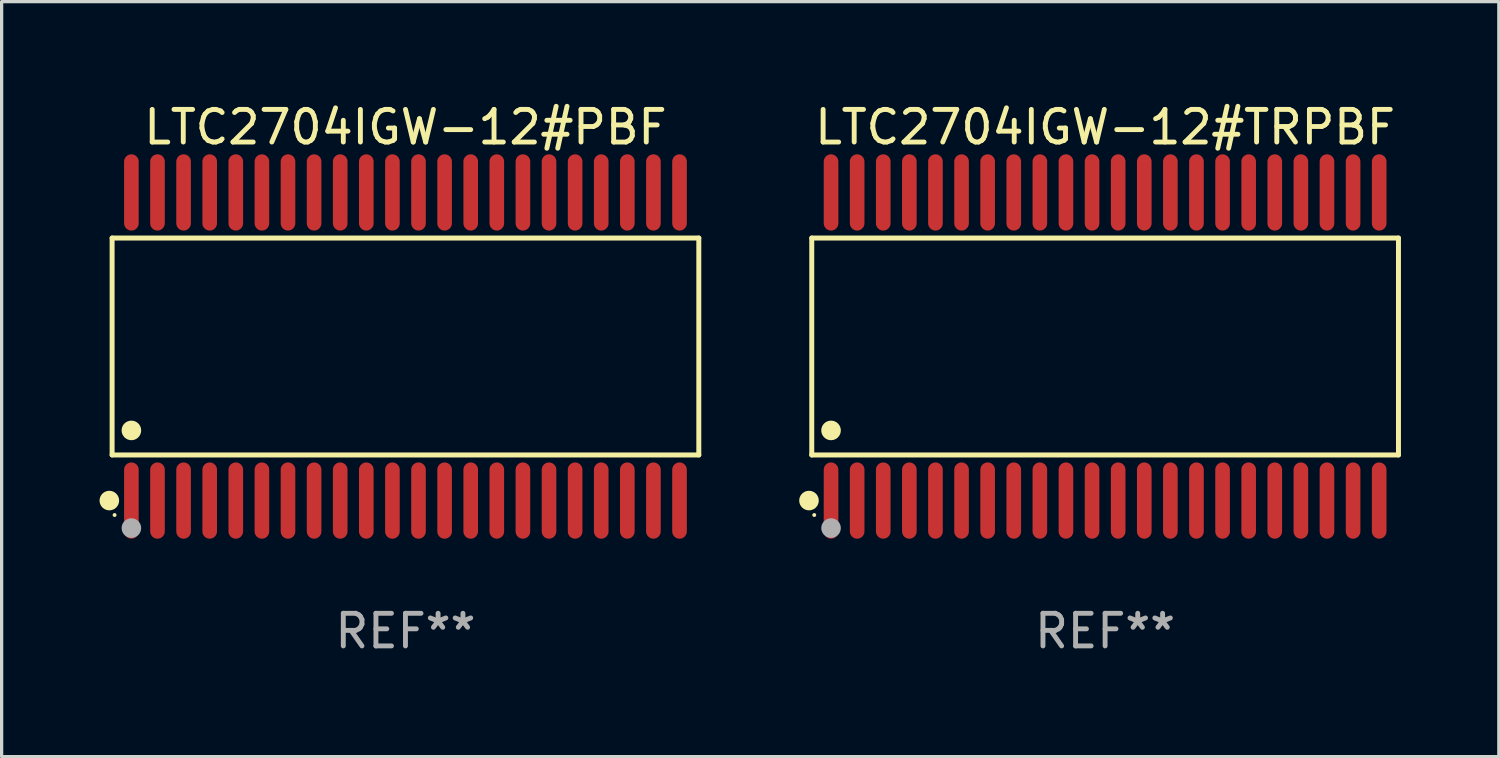
<source format=kicad_pcb>
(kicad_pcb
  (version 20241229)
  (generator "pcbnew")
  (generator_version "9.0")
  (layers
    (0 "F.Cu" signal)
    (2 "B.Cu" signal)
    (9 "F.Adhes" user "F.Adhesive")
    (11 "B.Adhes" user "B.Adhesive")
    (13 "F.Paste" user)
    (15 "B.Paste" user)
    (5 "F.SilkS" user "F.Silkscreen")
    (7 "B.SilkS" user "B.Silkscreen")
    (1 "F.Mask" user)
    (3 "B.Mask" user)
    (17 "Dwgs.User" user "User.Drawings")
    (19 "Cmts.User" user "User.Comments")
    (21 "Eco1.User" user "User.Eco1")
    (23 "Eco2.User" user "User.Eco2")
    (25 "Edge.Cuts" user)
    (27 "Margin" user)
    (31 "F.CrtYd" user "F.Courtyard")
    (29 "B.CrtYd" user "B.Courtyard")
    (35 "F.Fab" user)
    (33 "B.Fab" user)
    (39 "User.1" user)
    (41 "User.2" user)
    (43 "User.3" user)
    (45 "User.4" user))
  (footprint "LTC2704IGW-12#PBF"
    (layer "F.Cu")
    (at 9.377 7.57)
    (property "Reference" "LTC2704IGW-12#PBF" (at 0 -6.722 0) (layer "F.SilkS") (effects (font (size 1 1) (thickness 0.15))))
    (attr through_hole)
    (fp_line (start -8.991 -3.324) (end 8.991 -3.324) (stroke (width 0.152) (type solid)) (layer "F.SilkS"))
    (fp_line (start -8.991 3.324) (end -8.991 -3.324) (stroke (width 0.152) (type solid)) (layer "F.SilkS"))
    (fp_line (start 8.991 -3.324) (end 8.991 3.324) (stroke (width 0.152) (type solid)) (layer "F.SilkS"))
    (fp_line (start 8.991 3.324) (end -8.991 3.324) (stroke (width 0.152) (type solid)) (layer "F.SilkS"))
    (fp_circle (center -9.076 4.722) (end -8.926 4.722) (stroke (width 0.3) (type solid)) (fill no) (layer "F.SilkS"))
    (fp_circle (center -8.915 5.165) (end -8.885 5.165) (stroke (width 0.06) (type solid)) (fill no) (layer "F.SilkS"))
    (fp_circle (center -8.4 2.572) (end -8.25 2.572) (stroke (width 0.3) (type solid)) (fill no) (layer "F.SilkS"))
    (fp_circle (center -8.4 5.565) (end -8.25 5.565) (stroke (width 0.3) (type solid)) (fill no) (layer "F.Fab"))
    (fp_text user "REF**" (at 0 8.722 0) (layer "F.Fab") (effects (font (size 1 1) (thickness 0.15))))
    (pad "1" smd oval (at -8.4 4.722) (size 0.448 2.337) (layers "F.Cu" "F.Mask" "F.Paste"))
    (pad "2" smd oval (at -7.6 4.722) (size 0.448 2.337) (layers "F.Cu" "F.Mask" "F.Paste"))
    (pad "3" smd oval (at -6.8 4.722) (size 0.448 2.337) (layers "F.Cu" "F.Mask" "F.Paste"))
    (pad "4" smd oval (at -6 4.722) (size 0.448 2.337) (layers "F.Cu" "F.Mask" "F.Paste"))
    (pad "5" smd oval (at -5.2 4.722) (size 0.448 2.337) (layers "F.Cu" "F.Mask" "F.Paste"))
    (pad "6" smd oval (at -4.4 4.722) (size 0.448 2.337) (layers "F.Cu" "F.Mask" "F.Paste"))
    (pad "7" smd oval (at -3.6 4.722) (size 0.448 2.337) (layers "F.Cu" "F.Mask" "F.Paste"))
    (pad "8" smd oval (at -2.8 4.722) (size 0.448 2.337) (layers "F.Cu" "F.Mask" "F.Paste"))
    (pad "9" smd oval (at -2 4.722) (size 0.448 2.337) (layers "F.Cu" "F.Mask" "F.Paste"))
    (pad "10" smd oval (at -1.2 4.722) (size 0.448 2.337) (layers "F.Cu" "F.Mask" "F.Paste"))
    (pad "11" smd oval (at -0.4 4.722) (size 0.448 2.337) (layers "F.Cu" "F.Mask" "F.Paste"))
    (pad "12" smd oval (at 0.4 4.722) (size 0.448 2.337) (layers "F.Cu" "F.Mask" "F.Paste"))
    (pad "13" smd oval (at 1.2 4.722) (size 0.448 2.337) (layers "F.Cu" "F.Mask" "F.Paste"))
    (pad "14" smd oval (at 2 4.722) (size 0.448 2.337) (layers "F.Cu" "F.Mask" "F.Paste"))
    (pad "15" smd oval (at 2.8 4.722) (size 0.448 2.337) (layers "F.Cu" "F.Mask" "F.Paste"))
    (pad "16" smd oval (at 3.6 4.722) (size 0.448 2.337) (layers "F.Cu" "F.Mask" "F.Paste"))
    (pad "17" smd oval (at 4.4 4.722) (size 0.448 2.337) (layers "F.Cu" "F.Mask" "F.Paste"))
    (pad "18" smd oval (at 5.2 4.722) (size 0.448 2.337) (layers "F.Cu" "F.Mask" "F.Paste"))
    (pad "19" smd oval (at 6 4.722) (size 0.448 2.337) (layers "F.Cu" "F.Mask" "F.Paste"))
    (pad "20" smd oval (at 6.8 4.722) (size 0.448 2.337) (layers "F.Cu" "F.Mask" "F.Paste"))
    (pad "21" smd oval (at 7.6 4.722) (size 0.448 2.337) (layers "F.Cu" "F.Mask" "F.Paste"))
    (pad "22" smd oval (at 8.4 4.722) (size 0.448 2.337) (layers "F.Cu" "F.Mask" "F.Paste"))
    (pad "23" smd oval (at 8.4 -4.722) (size 0.448 2.337) (layers "F.Cu" "F.Mask" "F.Paste"))
    (pad "24" smd oval (at 7.6 -4.722) (size 0.448 2.337) (layers "F.Cu" "F.Mask" "F.Paste"))
    (pad "25" smd oval (at 6.8 -4.722) (size 0.448 2.337) (layers "F.Cu" "F.Mask" "F.Paste"))
    (pad "26" smd oval (at 6 -4.722) (size 0.448 2.337) (layers "F.Cu" "F.Mask" "F.Paste"))
    (pad "27" smd oval (at 5.2 -4.722) (size 0.448 2.337) (layers "F.Cu" "F.Mask" "F.Paste"))
    (pad "28" smd oval (at 4.4 -4.722) (size 0.448 2.337) (layers "F.Cu" "F.Mask" "F.Paste"))
    (pad "29" smd oval (at 3.6 -4.722) (size 0.448 2.337) (layers "F.Cu" "F.Mask" "F.Paste"))
    (pad "30" smd oval (at 2.8 -4.722) (size 0.448 2.337) (layers "F.Cu" "F.Mask" "F.Paste"))
    (pad "31" smd oval (at 2 -4.722) (size 0.448 2.337) (layers "F.Cu" "F.Mask" "F.Paste"))
    (pad "32" smd oval (at 1.2 -4.722) (size 0.448 2.337) (layers "F.Cu" "F.Mask" "F.Paste"))
    (pad "33" smd oval (at 0.4 -4.722) (size 0.448 2.337) (layers "F.Cu" "F.Mask" "F.Paste"))
    (pad "34" smd oval (at -0.4 -4.722) (size 0.448 2.337) (layers "F.Cu" "F.Mask" "F.Paste"))
    (pad "35" smd oval (at -1.2 -4.722) (size 0.448 2.337) (layers "F.Cu" "F.Mask" "F.Paste"))
    (pad "36" smd oval (at -2 -4.722) (size 0.448 2.337) (layers "F.Cu" "F.Mask" "F.Paste"))
    (pad "37" smd oval (at -2.8 -4.722) (size 0.448 2.337) (layers "F.Cu" "F.Mask" "F.Paste"))
    (pad "38" smd oval (at -3.6 -4.722) (size 0.448 2.337) (layers "F.Cu" "F.Mask" "F.Paste"))
    (pad "39" smd oval (at -4.4 -4.722) (size 0.448 2.337) (layers "F.Cu" "F.Mask" "F.Paste"))
    (pad "40" smd oval (at -5.2 -4.722) (size 0.448 2.337) (layers "F.Cu" "F.Mask" "F.Paste"))
    (pad "41" smd oval (at -6 -4.722) (size 0.448 2.337) (layers "F.Cu" "F.Mask" "F.Paste"))
    (pad "42" smd oval (at -6.8 -4.722) (size 0.448 2.337) (layers "F.Cu" "F.Mask" "F.Paste"))
    (pad "43" smd oval (at -7.6 -4.722) (size 0.448 2.337) (layers "F.Cu" "F.Mask" "F.Paste"))
    (pad "44" smd oval (at -8.4 -4.722) (size 0.448 2.337) (layers "F.Cu" "F.Mask" "F.Paste")))
  (footprint "LTC2704IGW-12#TRPBF"
    (layer "F.Cu")
    (at 30.821 7.57)
    (property "Reference" "LTC2704IGW-12#TRPBF" (at 0 -6.722 0) (layer "F.SilkS") (effects (font (size 1 1) (thickness 0.15))))
    (attr through_hole)
    (fp_line (start -8.991 -3.324) (end 8.991 -3.324) (stroke (width 0.152) (type solid)) (layer "F.SilkS"))
    (fp_line (start -8.991 3.324) (end -8.991 -3.324) (stroke (width 0.152) (type solid)) (layer "F.SilkS"))
    (fp_line (start 8.991 -3.324) (end 8.991 3.324) (stroke (width 0.152) (type solid)) (layer "F.SilkS"))
    (fp_line (start 8.991 3.324) (end -8.991 3.324) (stroke (width 0.152) (type solid)) (layer "F.SilkS"))
    (fp_circle (center -9.076 4.722) (end -8.926 4.722) (stroke (width 0.3) (type solid)) (fill no) (layer "F.SilkS"))
    (fp_circle (center -8.915 5.165) (end -8.885 5.165) (stroke (width 0.06) (type solid)) (fill no) (layer "F.SilkS"))
    (fp_circle (center -8.4 2.572) (end -8.25 2.572) (stroke (width 0.3) (type solid)) (fill no) (layer "F.SilkS"))
    (fp_circle (center -8.4 5.565) (end -8.25 5.565) (stroke (width 0.3) (type solid)) (fill no) (layer "F.Fab"))
    (fp_text user "REF**" (at 0 8.722 0) (layer "F.Fab") (effects (font (size 1 1) (thickness 0.15))))
    (pad "1" smd oval (at -8.4 4.722) (size 0.448 2.337) (layers "F.Cu" "F.Mask" "F.Paste"))
    (pad "2" smd oval (at -7.6 4.722) (size 0.448 2.337) (layers "F.Cu" "F.Mask" "F.Paste"))
    (pad "3" smd oval (at -6.8 4.722) (size 0.448 2.337) (layers "F.Cu" "F.Mask" "F.Paste"))
    (pad "4" smd oval (at -6 4.722) (size 0.448 2.337) (layers "F.Cu" "F.Mask" "F.Paste"))
    (pad "5" smd oval (at -5.2 4.722) (size 0.448 2.337) (layers "F.Cu" "F.Mask" "F.Paste"))
    (pad "6" smd oval (at -4.4 4.722) (size 0.448 2.337) (layers "F.Cu" "F.Mask" "F.Paste"))
    (pad "7" smd oval (at -3.6 4.722) (size 0.448 2.337) (layers "F.Cu" "F.Mask" "F.Paste"))
    (pad "8" smd oval (at -2.8 4.722) (size 0.448 2.337) (layers "F.Cu" "F.Mask" "F.Paste"))
    (pad "9" smd oval (at -2 4.722) (size 0.448 2.337) (layers "F.Cu" "F.Mask" "F.Paste"))
    (pad "10" smd oval (at -1.2 4.722) (size 0.448 2.337) (layers "F.Cu" "F.Mask" "F.Paste"))
    (pad "11" smd oval (at -0.4 4.722) (size 0.448 2.337) (layers "F.Cu" "F.Mask" "F.Paste"))
    (pad "12" smd oval (at 0.4 4.722) (size 0.448 2.337) (layers "F.Cu" "F.Mask" "F.Paste"))
    (pad "13" smd oval (at 1.2 4.722) (size 0.448 2.337) (layers "F.Cu" "F.Mask" "F.Paste"))
    (pad "14" smd oval (at 2 4.722) (size 0.448 2.337) (layers "F.Cu" "F.Mask" "F.Paste"))
    (pad "15" smd oval (at 2.8 4.722) (size 0.448 2.337) (layers "F.Cu" "F.Mask" "F.Paste"))
    (pad "16" smd oval (at 3.6 4.722) (size 0.448 2.337) (layers "F.Cu" "F.Mask" "F.Paste"))
    (pad "17" smd oval (at 4.4 4.722) (size 0.448 2.337) (layers "F.Cu" "F.Mask" "F.Paste"))
    (pad "18" smd oval (at 5.2 4.722) (size 0.448 2.337) (layers "F.Cu" "F.Mask" "F.Paste"))
    (pad "19" smd oval (at 6 4.722) (size 0.448 2.337) (layers "F.Cu" "F.Mask" "F.Paste"))
    (pad "20" smd oval (at 6.8 4.722) (size 0.448 2.337) (layers "F.Cu" "F.Mask" "F.Paste"))
    (pad "21" smd oval (at 7.6 4.722) (size 0.448 2.337) (layers "F.Cu" "F.Mask" "F.Paste"))
    (pad "22" smd oval (at 8.4 4.722) (size 0.448 2.337) (layers "F.Cu" "F.Mask" "F.Paste"))
    (pad "23" smd oval (at 8.4 -4.722) (size 0.448 2.337) (layers "F.Cu" "F.Mask" "F.Paste"))
    (pad "24" smd oval (at 7.6 -4.722) (size 0.448 2.337) (layers "F.Cu" "F.Mask" "F.Paste"))
    (pad "25" smd oval (at 6.8 -4.722) (size 0.448 2.337) (layers "F.Cu" "F.Mask" "F.Paste"))
    (pad "26" smd oval (at 6 -4.722) (size 0.448 2.337) (layers "F.Cu" "F.Mask" "F.Paste"))
    (pad "27" smd oval (at 5.2 -4.722) (size 0.448 2.337) (layers "F.Cu" "F.Mask" "F.Paste"))
    (pad "28" smd oval (at 4.4 -4.722) (size 0.448 2.337) (layers "F.Cu" "F.Mask" "F.Paste"))
    (pad "29" smd oval (at 3.6 -4.722) (size 0.448 2.337) (layers "F.Cu" "F.Mask" "F.Paste"))
    (pad "30" smd oval (at 2.8 -4.722) (size 0.448 2.337) (layers "F.Cu" "F.Mask" "F.Paste"))
    (pad "31" smd oval (at 2 -4.722) (size 0.448 2.337) (layers "F.Cu" "F.Mask" "F.Paste"))
    (pad "32" smd oval (at 1.2 -4.722) (size 0.448 2.337) (layers "F.Cu" "F.Mask" "F.Paste"))
    (pad "33" smd oval (at 0.4 -4.722) (size 0.448 2.337) (layers "F.Cu" "F.Mask" "F.Paste"))
    (pad "34" smd oval (at -0.4 -4.722) (size 0.448 2.337) (layers "F.Cu" "F.Mask" "F.Paste"))
    (pad "35" smd oval (at -1.2 -4.722) (size 0.448 2.337) (layers "F.Cu" "F.Mask" "F.Paste"))
    (pad "36" smd oval (at -2 -4.722) (size 0.448 2.337) (layers "F.Cu" "F.Mask" "F.Paste"))
    (pad "37" smd oval (at -2.8 -4.722) (size 0.448 2.337) (layers "F.Cu" "F.Mask" "F.Paste"))
    (pad "38" smd oval (at -3.6 -4.722) (size 0.448 2.337) (layers "F.Cu" "F.Mask" "F.Paste"))
    (pad "39" smd oval (at -4.4 -4.722) (size 0.448 2.337) (layers "F.Cu" "F.Mask" "F.Paste"))
    (pad "40" smd oval (at -5.2 -4.722) (size 0.448 2.337) (layers "F.Cu" "F.Mask" "F.Paste"))
    (pad "41" smd oval (at -6 -4.722) (size 0.448 2.337) (layers "F.Cu" "F.Mask" "F.Paste"))
    (pad "42" smd oval (at -6.8 -4.722) (size 0.448 2.337) (layers "F.Cu" "F.Mask" "F.Paste"))
    (pad "43" smd oval (at -7.6 -4.722) (size 0.448 2.337) (layers "F.Cu" "F.Mask" "F.Paste"))
    (pad "44" smd oval (at -8.4 -4.722) (size 0.448 2.337) (layers "F.Cu" "F.Mask" "F.Paste")))
  (gr_rect
    (start -3 -3)
    (end 42.888 20.14)
    (stroke (width 0.1) (type default))
    (fill no)
    (layer "Edge.Cuts")))
</source>
